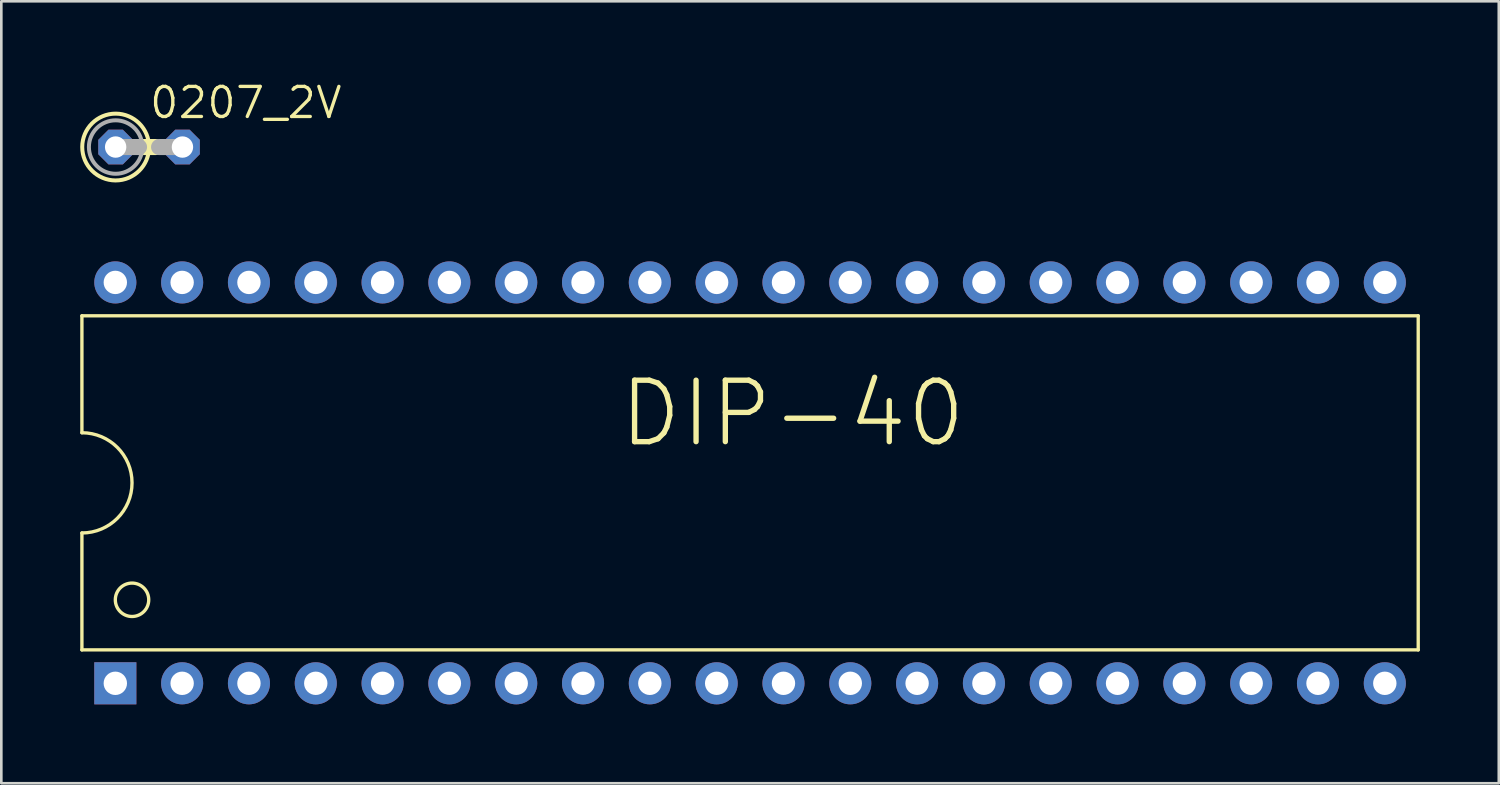
<source format=kicad_pcb>
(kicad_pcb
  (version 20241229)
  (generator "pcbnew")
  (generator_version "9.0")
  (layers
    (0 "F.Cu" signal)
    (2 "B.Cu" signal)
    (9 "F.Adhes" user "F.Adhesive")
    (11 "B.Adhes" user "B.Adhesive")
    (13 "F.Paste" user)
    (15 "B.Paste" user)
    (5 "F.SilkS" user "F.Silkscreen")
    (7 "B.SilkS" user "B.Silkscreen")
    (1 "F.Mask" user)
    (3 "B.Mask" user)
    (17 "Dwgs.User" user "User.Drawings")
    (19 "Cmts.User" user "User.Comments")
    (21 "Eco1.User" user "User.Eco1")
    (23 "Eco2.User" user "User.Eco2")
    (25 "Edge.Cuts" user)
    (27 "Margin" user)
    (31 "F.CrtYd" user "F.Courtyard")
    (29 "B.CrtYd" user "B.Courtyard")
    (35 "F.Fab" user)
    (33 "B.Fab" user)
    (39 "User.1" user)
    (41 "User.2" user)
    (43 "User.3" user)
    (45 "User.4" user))
  (footprint "DIP-40"
    (layer "F.Cu")
    (at 24.194 15.306)
    (property "Reference" "DIP-40" (at -3.81 -1.27 0) (layer "F.SilkS") (effects (font (size 2.337 2.337) (thickness 0.203)) (justify left bottom)))
    (fp_line (start -24.13 -1.905) (end -24.13 -6.35) (stroke (width 0.127) (type solid)) (layer "F.SilkS"))
    (fp_line (start -24.13 6.35) (end -24.13 1.905) (stroke (width 0.127) (type solid)) (layer "F.SilkS"))
    (fp_line (start 26.67 -6.35) (end -24.13 -6.35) (stroke (width 0.127) (type solid)) (layer "F.SilkS"))
    (fp_line (start 26.67 6.35) (end -24.13 6.35) (stroke (width 0.127) (type solid)) (layer "F.SilkS"))
    (fp_line (start 26.67 6.35) (end 26.67 -6.35) (stroke (width 0.127) (type solid)) (layer "F.SilkS"))
    (fp_arc (start -24.13 -1.905) (mid -22.225 0) (end -24.13 1.905) (stroke (width 0.127) (type solid)) (layer "F.SilkS"))
    (fp_circle (center -22.225 4.445) (end -21.59 4.445) (stroke (width 0.127) (type solid)) (fill no) (layer "F.SilkS"))
    (pad "1" thru_hole rect (at -22.86 7.62) (size 1.6 1.6) (drill 0.889) (layers "*.Cu" "*.Mask"))
    (pad "2" thru_hole circle (at -20.32 7.62) (size 1.6 1.6) (drill 0.889) (layers "*.Cu" "*.Mask"))
    (pad "3" thru_hole circle (at -17.78 7.62) (size 1.6 1.6) (drill 0.889) (layers "*.Cu" "*.Mask"))
    (pad "4" thru_hole circle (at -15.24 7.62) (size 1.6 1.6) (drill 0.889) (layers "*.Cu" "*.Mask"))
    (pad "5" thru_hole circle (at -12.7 7.62) (size 1.6 1.6) (drill 0.889) (layers "*.Cu" "*.Mask"))
    (pad "6" thru_hole circle (at -10.16 7.62) (size 1.6 1.6) (drill 0.889) (layers "*.Cu" "*.Mask"))
    (pad "7" thru_hole circle (at -7.62 7.62) (size 1.6 1.6) (drill 0.889) (layers "*.Cu" "*.Mask"))
    (pad "8" thru_hole circle (at -5.08 7.62) (size 1.6 1.6) (drill 0.889) (layers "*.Cu" "*.Mask"))
    (pad "9" thru_hole circle (at -2.54 7.62) (size 1.6 1.6) (drill 0.889) (layers "*.Cu" "*.Mask"))
    (pad "10" thru_hole circle (at 0 7.62) (size 1.6 1.6) (drill 0.889) (layers "*.Cu" "*.Mask"))
    (pad "11" thru_hole circle (at 2.54 7.62) (size 1.6 1.6) (drill 0.889) (layers "*.Cu" "*.Mask"))
    (pad "12" thru_hole circle (at 5.08 7.62) (size 1.6 1.6) (drill 0.889) (layers "*.Cu" "*.Mask"))
    (pad "13" thru_hole circle (at 7.62 7.62) (size 1.6 1.6) (drill 0.889) (layers "*.Cu" "*.Mask"))
    (pad "14" thru_hole circle (at 10.16 7.62) (size 1.6 1.6) (drill 0.889) (layers "*.Cu" "*.Mask"))
    (pad "15" thru_hole circle (at 12.7 7.62) (size 1.6 1.6) (drill 0.889) (layers "*.Cu" "*.Mask"))
    (pad "16" thru_hole circle (at 15.24 7.62) (size 1.6 1.6) (drill 0.889) (layers "*.Cu" "*.Mask"))
    (pad "17" thru_hole circle (at 17.78 7.62) (size 1.6 1.6) (drill 0.889) (layers "*.Cu" "*.Mask"))
    (pad "18" thru_hole circle (at 20.32 7.62) (size 1.6 1.6) (drill 0.889) (layers "*.Cu" "*.Mask"))
    (pad "19" thru_hole circle (at 22.86 7.62) (size 1.6 1.6) (drill 0.889) (layers "*.Cu" "*.Mask"))
    (pad "20" thru_hole circle (at 25.4 7.62) (size 1.6 1.6) (drill 0.889) (layers "*.Cu" "*.Mask"))
    (pad "21" thru_hole circle (at 25.4 -7.62) (size 1.6 1.6) (drill 0.889) (layers "*.Cu" "*.Mask"))
    (pad "22" thru_hole circle (at 22.86 -7.62) (size 1.6 1.6) (drill 0.889) (layers "*.Cu" "*.Mask"))
    (pad "23" thru_hole circle (at 20.32 -7.62) (size 1.6 1.6) (drill 0.889) (layers "*.Cu" "*.Mask"))
    (pad "24" thru_hole circle (at 17.78 -7.62) (size 1.6 1.6) (drill 0.889) (layers "*.Cu" "*.Mask"))
    (pad "25" thru_hole circle (at 15.24 -7.62) (size 1.6 1.6) (drill 0.889) (layers "*.Cu" "*.Mask"))
    (pad "26" thru_hole circle (at 12.7 -7.62) (size 1.6 1.6) (drill 0.889) (layers "*.Cu" "*.Mask"))
    (pad "27" thru_hole circle (at 10.16 -7.62) (size 1.6 1.6) (drill 0.889) (layers "*.Cu" "*.Mask"))
    (pad "28" thru_hole circle (at 7.62 -7.62) (size 1.6 1.6) (drill 0.889) (layers "*.Cu" "*.Mask"))
    (pad "29" thru_hole circle (at 5.08 -7.62) (size 1.6 1.6) (drill 0.889) (layers "*.Cu" "*.Mask"))
    (pad "30" thru_hole circle (at 2.54 -7.62) (size 1.6 1.6) (drill 0.889) (layers "*.Cu" "*.Mask"))
    (pad "31" thru_hole circle (at 0 -7.62) (size 1.6 1.6) (drill 0.889) (layers "*.Cu" "*.Mask"))
    (pad "32" thru_hole circle (at -2.54 -7.62) (size 1.6 1.6) (drill 0.889) (layers "*.Cu" "*.Mask"))
    (pad "33" thru_hole circle (at -5.08 -7.62) (size 1.6 1.6) (drill 0.889) (layers "*.Cu" "*.Mask"))
    (pad "34" thru_hole circle (at -7.62 -7.62) (size 1.6 1.6) (drill 0.889) (layers "*.Cu" "*.Mask"))
    (pad "35" thru_hole circle (at -10.16 -7.62) (size 1.6 1.6) (drill 0.889) (layers "*.Cu" "*.Mask"))
    (pad "36" thru_hole circle (at -12.7 -7.62) (size 1.6 1.6) (drill 0.889) (layers "*.Cu" "*.Mask"))
    (pad "37" thru_hole circle (at -15.24 -7.62) (size 1.6 1.6) (drill 0.889) (layers "*.Cu" "*.Mask"))
    (pad "38" thru_hole circle (at -17.78 -7.62) (size 1.6 1.6) (drill 0.889) (layers "*.Cu" "*.Mask"))
    (pad "39" thru_hole circle (at -20.32 -7.62) (size 1.6 1.6) (drill 0.889) (layers "*.Cu" "*.Mask"))
    (pad "40" thru_hole circle (at -22.86 -7.62) (size 1.6 1.6) (drill 0.889) (layers "*.Cu" "*.Mask")))
  (footprint "0207_2V"
    (layer "F.Cu")
    (at 2.616 2.54)
    (property "Reference" "0207_2V" (at -0.051 -1.016 0) (layer "F.SilkS") (effects (font (size 1.143 1.143) (thickness 0.127)) (justify left bottom)))
    (fp_line (start -0.254 0) (end 0.254 0) (stroke (width 0.61) (type solid)) (layer "F.SilkS"))
    (fp_circle (center -1.27 0) (end 0 0) (stroke (width 0.152) (type solid)) (fill no) (layer "F.SilkS"))
    (fp_line (start -1.27 0) (end -0.381 0) (stroke (width 0.61) (type solid)) (layer "F.Fab"))
    (fp_line (start 0.381 0) (end 1.27 0) (stroke (width 0.61) (type solid)) (layer "F.Fab"))
    (fp_circle (center -1.27 0) (end -0.254 0) (stroke (width 0.152) (type solid)) (fill no) (layer "F.Fab"))
    (pad "1" thru_hole roundrect (at -1.27 0) (size 1.321 1.321) (drill 0.813) (layers "*.Cu" "*.Mask") (roundrect_rratio 0.25) (chamfer_ratio 0.293) (chamfer top_left top_right bottom_left bottom_right))
    (pad "2" thru_hole roundrect (at 1.27 0) (size 1.321 1.321) (drill 0.813) (layers "*.Cu" "*.Mask") (roundrect_rratio 0.25) (chamfer_ratio 0.293) (chamfer top_left top_right bottom_left bottom_right)))
  (gr_rect
    (start -3 -3)
    (end 53.927 26.726)
    (stroke (width 0.1) (type default))
    (fill no)
    (layer "Edge.Cuts")))
</source>
